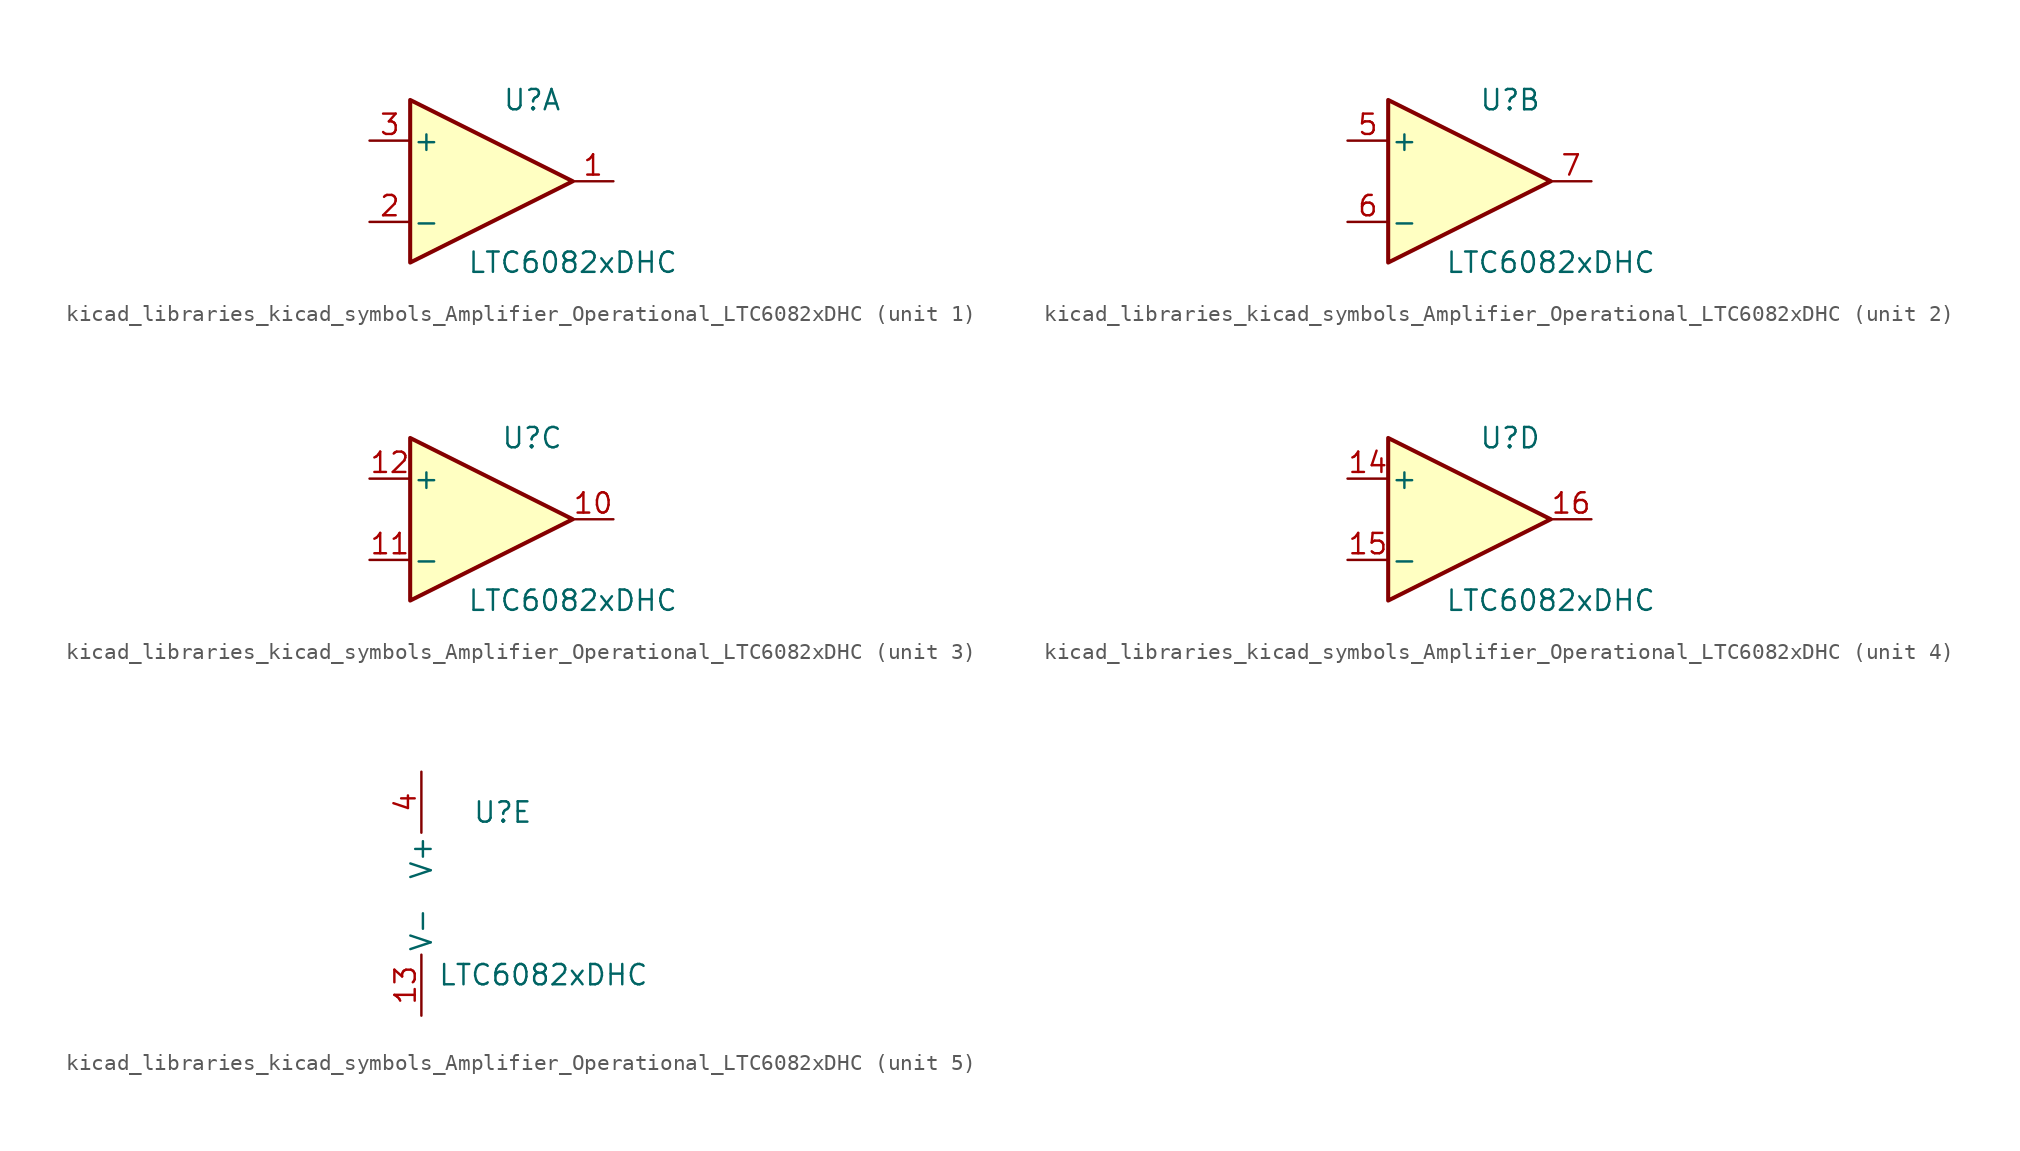
<source format=kicad_sym>
(kicad_symbol_lib
  (version 20220914)
  (generator kicad_symbol_editor)
  (symbol "kicad_libraries_kicad_symbols_Amplifier_Operational_LTC6082xDHC"
    (pin_names
      (offset 0.127))
    (property "Reference" "U"
      (at 2.54 5.08 0)
      (effects (font (size 1.27 1.27))))
    (property "Value" "LTC6082xDHC"
      (at 5.08 -5.08 0)
      (effects (font (size 1.27 1.27))))
    (property "ki_locked" ""
      (at 0 0 0)
      (effects (font (size 1.27 1.27))))
    (symbol "kicad_libraries_kicad_symbols_Amplifier_Operational_LTC6082xDHC_1_1"
      (polyline (pts (xy -5.08 5.08) (xy 5.08 0) (xy -5.08 -5.08) (xy -5.08 5.08)) (stroke (width 0.254) (type default)) (fill (type background)))
      (pin output line (at 7.62 0 180) (length 2.54) (name "~" (effects (font (size 1.27 1.27)))) (number "1" (effects (font (size 1.27 1.27)))))
      (pin input line (at -7.62 -2.54 0) (length 2.54) (name "-" (effects (font (size 1.27 1.27)))) (number "2" (effects (font (size 1.27 1.27)))))
      (pin input line (at -7.62 2.54 0) (length 2.54) (name "+" (effects (font (size 1.27 1.27)))) (number "3" (effects (font (size 1.27 1.27)))))
      (pin no_connect line (at -2.54 -2.54 90) (length 2.54) hide (name "NC" (effects (font (size 1.27 1.27)))) (number "8" (effects (font (size 1.27 1.27)))))
      (pin no_connect line (at 0 -2.54 90) (length 2.54) hide (name "NC" (effects (font (size 1.27 1.27)))) (number "9" (effects (font (size 1.27 1.27))))))
    (symbol "kicad_libraries_kicad_symbols_Amplifier_Operational_LTC6082xDHC_2_1"
      (polyline (pts (xy -5.08 5.08) (xy 5.08 0) (xy -5.08 -5.08) (xy -5.08 5.08)) (stroke (width 0.254) (type default)) (fill (type background)))
      (pin input line (at -7.62 2.54 0) (length 2.54) (name "+" (effects (font (size 1.27 1.27)))) (number "5" (effects (font (size 1.27 1.27)))))
      (pin input line (at -7.62 -2.54 0) (length 2.54) (name "-" (effects (font (size 1.27 1.27)))) (number "6" (effects (font (size 1.27 1.27)))))
      (pin output line (at 7.62 0 180) (length 2.54) (name "~" (effects (font (size 1.27 1.27)))) (number "7" (effects (font (size 1.27 1.27))))))
    (symbol "kicad_libraries_kicad_symbols_Amplifier_Operational_LTC6082xDHC_3_1"
      (polyline (pts (xy -5.08 5.08) (xy 5.08 0) (xy -5.08 -5.08) (xy -5.08 5.08)) (stroke (width 0.254) (type default)) (fill (type background)))
      (pin output line (at 7.62 0 180) (length 2.54) (name "~" (effects (font (size 1.27 1.27)))) (number "10" (effects (font (size 1.27 1.27)))))
      (pin input line (at -7.62 -2.54 0) (length 2.54) (name "-" (effects (font (size 1.27 1.27)))) (number "11" (effects (font (size 1.27 1.27)))))
      (pin input line (at -7.62 2.54 0) (length 2.54) (name "+" (effects (font (size 1.27 1.27)))) (number "12" (effects (font (size 1.27 1.27))))))
    (symbol "kicad_libraries_kicad_symbols_Amplifier_Operational_LTC6082xDHC_4_1"
      (polyline (pts (xy -5.08 5.08) (xy 5.08 0) (xy -5.08 -5.08) (xy -5.08 5.08)) (stroke (width 0.254) (type default)) (fill (type background)))
      (pin input line (at -7.62 2.54 0) (length 2.54) (name "+" (effects (font (size 1.27 1.27)))) (number "14" (effects (font (size 1.27 1.27)))))
      (pin input line (at -7.62 -2.54 0) (length 2.54) (name "-" (effects (font (size 1.27 1.27)))) (number "15" (effects (font (size 1.27 1.27)))))
      (pin output line (at 7.62 0 180) (length 2.54) (name "~" (effects (font (size 1.27 1.27)))) (number "16" (effects (font (size 1.27 1.27))))))
    (symbol "kicad_libraries_kicad_symbols_Amplifier_Operational_LTC6082xDHC_5_1"
      (pin power_in line (at -2.54 -7.62 90) (length 3.81) (name "V-" (effects (font (size 1.27 1.27)))) (number "13" (effects (font (size 1.27 1.27)))))
      (pin passive line (at -2.54 -7.62 90) (length 3.81) hide (name "V-" (effects (font (size 1.27 1.27)))) (number "17" (effects (font (size 1.27 1.27)))))
      (pin power_in line (at -2.54 7.62 270) (length 3.81) (name "V+" (effects (font (size 1.27 1.27)))) (number "4" (effects (font (size 1.27 1.27))))))))
</source>
